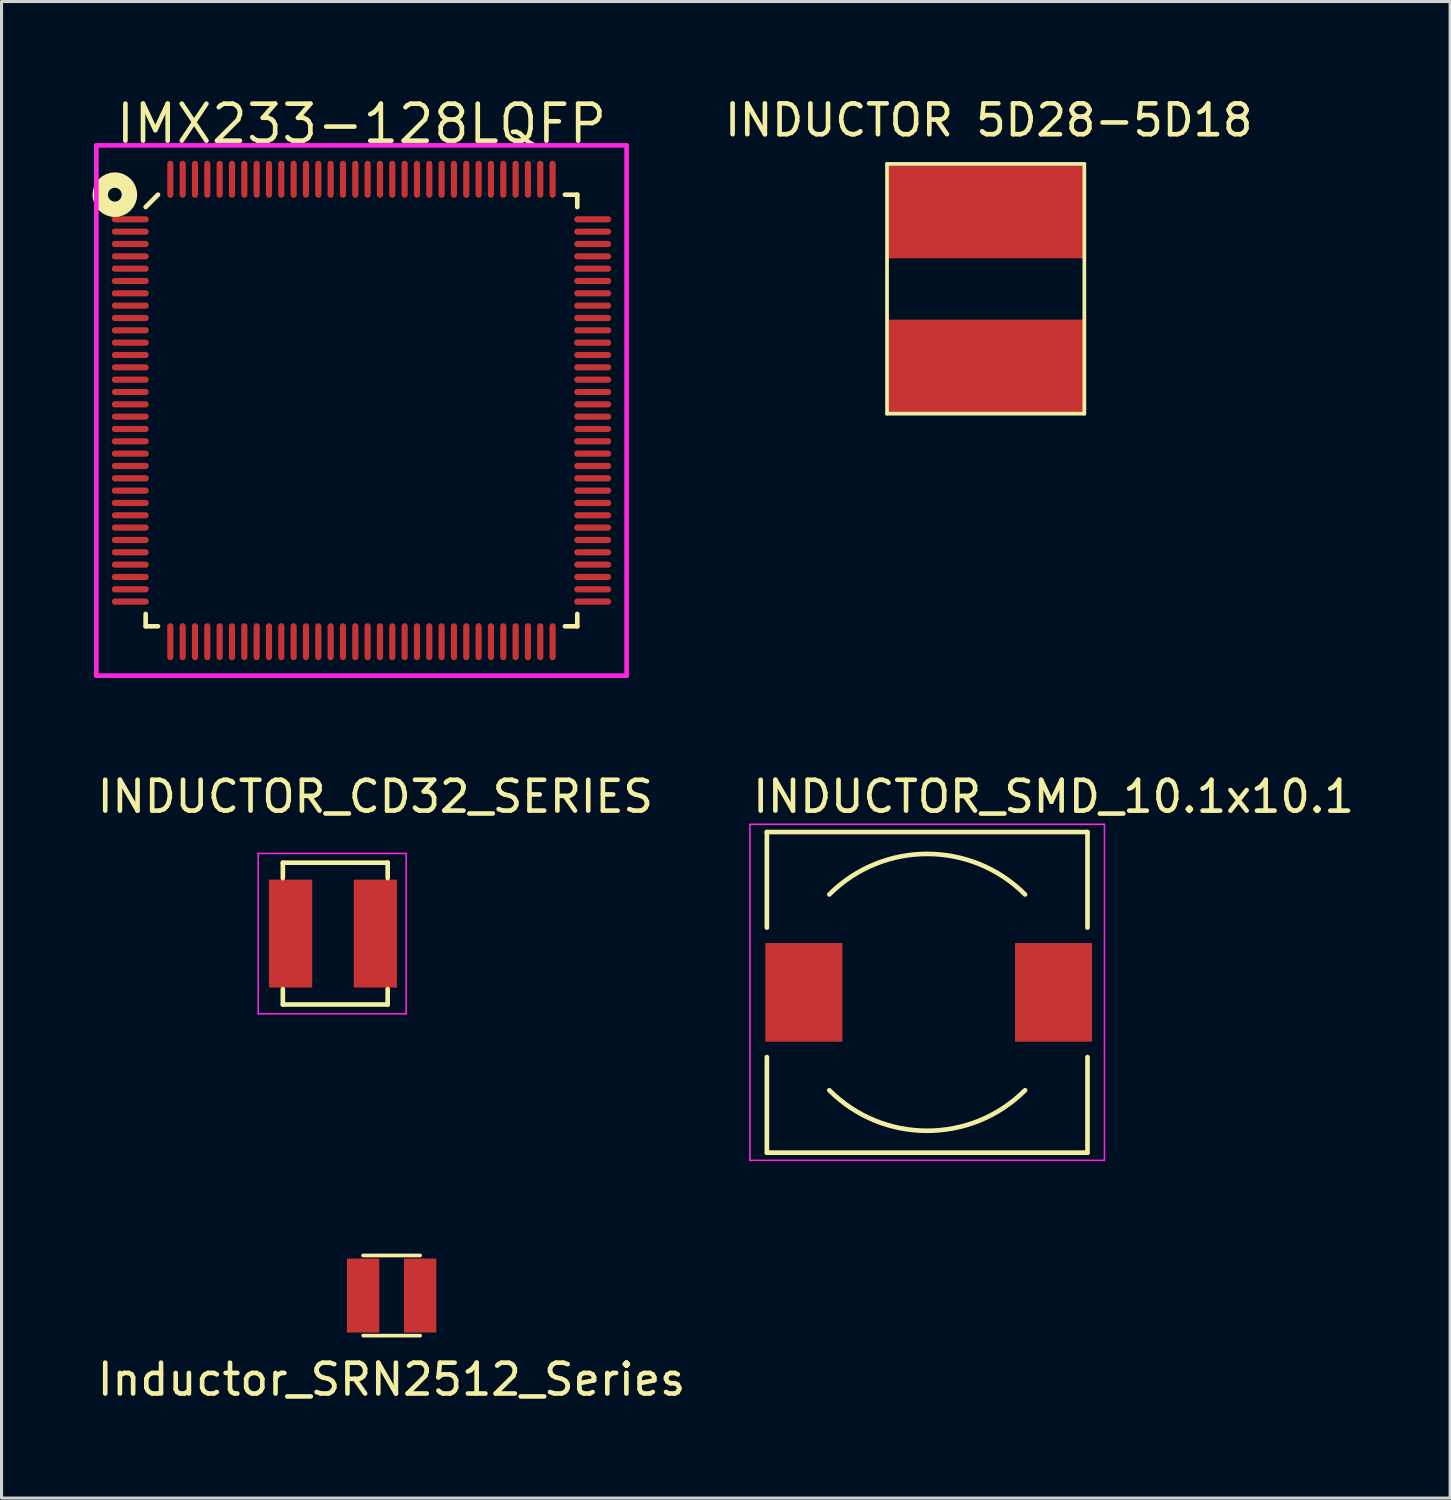
<source format=kicad_pcb>
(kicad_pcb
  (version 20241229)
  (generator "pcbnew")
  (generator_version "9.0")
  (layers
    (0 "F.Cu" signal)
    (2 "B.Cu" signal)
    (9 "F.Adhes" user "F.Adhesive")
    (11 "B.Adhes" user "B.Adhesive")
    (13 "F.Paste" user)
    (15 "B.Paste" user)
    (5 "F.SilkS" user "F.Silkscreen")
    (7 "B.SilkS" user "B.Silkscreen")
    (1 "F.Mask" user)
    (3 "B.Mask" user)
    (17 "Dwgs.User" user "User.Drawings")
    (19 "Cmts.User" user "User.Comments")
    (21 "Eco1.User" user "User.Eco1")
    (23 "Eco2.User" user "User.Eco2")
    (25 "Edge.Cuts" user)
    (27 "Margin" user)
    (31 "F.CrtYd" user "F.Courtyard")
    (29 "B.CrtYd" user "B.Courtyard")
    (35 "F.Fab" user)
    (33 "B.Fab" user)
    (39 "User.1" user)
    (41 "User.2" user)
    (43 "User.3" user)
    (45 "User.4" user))
  (footprint "IMX233-128LQFP"
    (layer "F.Cu")
    (at 8.675 10.265)
    (property "Reference" "IMX233-128LQFP" (at 0 -9.3 0) (layer "F.SilkS") (effects (font (size 1.2 1.2) (thickness 0.15))))
    (attr through_hole)
    (fp_line (start -7 -6.6) (end -6.6 -7) (stroke (width 0.15) (type solid)) (layer "F.SilkS"))
    (fp_line (start -7 7) (end -7 6.6) (stroke (width 0.15) (type solid)) (layer "F.SilkS"))
    (fp_line (start -6.6 7) (end -7 7) (stroke (width 0.15) (type solid)) (layer "F.SilkS"))
    (fp_line (start 6.6 -7) (end 7 -7) (stroke (width 0.15) (type solid)) (layer "F.SilkS"))
    (fp_line (start 6.6 7) (end 7 7) (stroke (width 0.15) (type solid)) (layer "F.SilkS"))
    (fp_line (start 7 -7) (end 7 -6.6) (stroke (width 0.15) (type solid)) (layer "F.SilkS"))
    (fp_line (start 7 7) (end 7 6.6) (stroke (width 0.15) (type solid)) (layer "F.SilkS"))
    (fp_circle (center -8 -7) (end -7.8 -6.9) (stroke (width 0.5) (type solid)) (fill no) (layer "F.SilkS"))
    (fp_line (start -8.6 -8.6) (end 8.6 -8.6) (stroke (width 0.15) (type solid)) (layer "F.CrtYd"))
    (fp_line (start -8.6 8.6) (end -8.6 -8.6) (stroke (width 0.15) (type solid)) (layer "F.CrtYd"))
    (fp_line (start 8.6 -8.6) (end 8.6 8.6) (stroke (width 0.15) (type solid)) (layer "F.CrtYd"))
    (fp_line (start 8.6 8.6) (end -8.6 8.6) (stroke (width 0.15) (type solid)) (layer "F.CrtYd"))
    (pad "1" smd oval (at -7.5 -6.2 90) (size 0.2 1.2) (layers "F.Cu" "F.Mask" "F.Paste"))
    (pad "2" smd oval (at -7.5 -5.8 90) (size 0.2 1.2) (layers "F.Cu" "F.Mask" "F.Paste"))
    (pad "3" smd oval (at -7.5 -5.4 90) (size 0.2 1.2) (layers "F.Cu" "F.Mask" "F.Paste"))
    (pad "4" smd oval (at -7.5 -5 90) (size 0.2 1.2) (layers "F.Cu" "F.Mask" "F.Paste"))
    (pad "5" smd oval (at -7.5 -4.6 90) (size 0.2 1.2) (layers "F.Cu" "F.Mask" "F.Paste"))
    (pad "6" smd oval (at -7.5 -4.2 90) (size 0.2 1.2) (layers "F.Cu" "F.Mask" "F.Paste"))
    (pad "7" smd oval (at -7.5 -3.8 90) (size 0.2 1.2) (layers "F.Cu" "F.Mask" "F.Paste"))
    (pad "8" smd oval (at -7.5 -3.4 90) (size 0.2 1.2) (layers "F.Cu" "F.Mask" "F.Paste"))
    (pad "9" smd oval (at -7.5 -3 90) (size 0.2 1.2) (layers "F.Cu" "F.Mask" "F.Paste"))
    (pad "10" smd oval (at -7.5 -2.6 90) (size 0.2 1.2) (layers "F.Cu" "F.Mask" "F.Paste"))
    (pad "11" smd oval (at -7.5 -2.2 90) (size 0.2 1.2) (layers "F.Cu" "F.Mask" "F.Paste"))
    (pad "12" smd oval (at -7.5 -1.8 90) (size 0.2 1.2) (layers "F.Cu" "F.Mask" "F.Paste"))
    (pad "13" smd oval (at -7.5 -1.4 90) (size 0.2 1.2) (layers "F.Cu" "F.Mask" "F.Paste"))
    (pad "14" smd oval (at -7.5 -1 90) (size 0.2 1.2) (layers "F.Cu" "F.Mask" "F.Paste"))
    (pad "15" smd oval (at -7.5 -0.6 90) (size 0.2 1.2) (layers "F.Cu" "F.Mask" "F.Paste"))
    (pad "16" smd oval (at -7.5 -0.2 90) (size 0.2 1.2) (layers "F.Cu" "F.Mask" "F.Paste"))
    (pad "17" smd oval (at -7.5 0.2 90) (size 0.2 1.2) (layers "F.Cu" "F.Mask" "F.Paste"))
    (pad "18" smd oval (at -7.5 0.6 90) (size 0.2 1.2) (layers "F.Cu" "F.Mask" "F.Paste"))
    (pad "19" smd oval (at -7.5 1 90) (size 0.2 1.2) (layers "F.Cu" "F.Mask" "F.Paste"))
    (pad "20" smd oval (at -7.5 1.4 90) (size 0.2 1.2) (layers "F.Cu" "F.Mask" "F.Paste"))
    (pad "21" smd oval (at -7.5 1.8 90) (size 0.2 1.2) (layers "F.Cu" "F.Mask" "F.Paste"))
    (pad "22" smd oval (at -7.5 2.2 90) (size 0.2 1.2) (layers "F.Cu" "F.Mask" "F.Paste"))
    (pad "23" smd oval (at -7.5 2.6 90) (size 0.2 1.2) (layers "F.Cu" "F.Mask" "F.Paste"))
    (pad "24" smd oval (at -7.5 3 90) (size 0.2 1.2) (layers "F.Cu" "F.Mask" "F.Paste"))
    (pad "25" smd oval (at -7.5 3.4 90) (size 0.2 1.2) (layers "F.Cu" "F.Mask" "F.Paste"))
    (pad "26" smd oval (at -7.5 3.8 90) (size 0.2 1.2) (layers "F.Cu" "F.Mask" "F.Paste"))
    (pad "27" smd oval (at -7.5 4.2 90) (size 0.2 1.2) (layers "F.Cu" "F.Mask" "F.Paste"))
    (pad "28" smd oval (at -7.5 4.6 90) (size 0.2 1.2) (layers "F.Cu" "F.Mask" "F.Paste"))
    (pad "29" smd oval (at -7.5 5 90) (size 0.2 1.2) (layers "F.Cu" "F.Mask" "F.Paste"))
    (pad "30" smd oval (at -7.5 5.4 90) (size 0.2 1.2) (layers "F.Cu" "F.Mask" "F.Paste"))
    (pad "31" smd oval (at -7.5 5.8 90) (size 0.2 1.2) (layers "F.Cu" "F.Mask" "F.Paste"))
    (pad "32" smd oval (at -7.5 6.2 90) (size 0.2 1.2) (layers "F.Cu" "F.Mask" "F.Paste"))
    (pad "33" smd oval (at -6.2 7.5) (size 0.2 1.2) (layers "F.Cu" "F.Mask" "F.Paste"))
    (pad "34" smd oval (at -5.8 7.5) (size 0.2 1.2) (layers "F.Cu" "F.Mask" "F.Paste"))
    (pad "35" smd oval (at -5.4 7.5) (size 0.2 1.2) (layers "F.Cu" "F.Mask" "F.Paste"))
    (pad "36" smd oval (at -5 7.5) (size 0.2 1.2) (layers "F.Cu" "F.Mask" "F.Paste"))
    (pad "37" smd oval (at -4.6 7.5) (size 0.2 1.2) (layers "F.Cu" "F.Mask" "F.Paste"))
    (pad "38" smd oval (at -4.2 7.5) (size 0.2 1.2) (layers "F.Cu" "F.Mask" "F.Paste"))
    (pad "39" smd oval (at -3.8 7.5) (size 0.2 1.2) (layers "F.Cu" "F.Mask" "F.Paste"))
    (pad "40" smd oval (at -3.4 7.5) (size 0.2 1.2) (layers "F.Cu" "F.Mask" "F.Paste"))
    (pad "41" smd oval (at -3 7.5) (size 0.2 1.2) (layers "F.Cu" "F.Mask" "F.Paste"))
    (pad "42" smd oval (at -2.6 7.5) (size 0.2 1.2) (layers "F.Cu" "F.Mask" "F.Paste"))
    (pad "43" smd oval (at -2.2 7.5) (size 0.2 1.2) (layers "F.Cu" "F.Mask" "F.Paste"))
    (pad "44" smd oval (at -1.8 7.5) (size 0.2 1.2) (layers "F.Cu" "F.Mask" "F.Paste"))
    (pad "45" smd oval (at -1.4 7.5) (size 0.2 1.2) (layers "F.Cu" "F.Mask" "F.Paste"))
    (pad "46" smd oval (at -1 7.5) (size 0.2 1.2) (layers "F.Cu" "F.Mask" "F.Paste"))
    (pad "47" smd oval (at -0.6 7.5) (size 0.2 1.2) (layers "F.Cu" "F.Mask" "F.Paste"))
    (pad "48" smd oval (at -0.2 7.5) (size 0.2 1.2) (layers "F.Cu" "F.Mask" "F.Paste"))
    (pad "49" smd oval (at 0.2 7.5) (size 0.2 1.2) (layers "F.Cu" "F.Mask" "F.Paste"))
    (pad "50" smd oval (at 0.6 7.5) (size 0.2 1.2) (layers "F.Cu" "F.Mask" "F.Paste"))
    (pad "51" smd oval (at 1 7.5) (size 0.2 1.2) (layers "F.Cu" "F.Mask" "F.Paste"))
    (pad "52" smd oval (at 1.4 7.5) (size 0.2 1.2) (layers "F.Cu" "F.Mask" "F.Paste"))
    (pad "53" smd oval (at 1.8 7.5) (size 0.2 1.2) (layers "F.Cu" "F.Mask" "F.Paste"))
    (pad "54" smd oval (at 2.2 7.5) (size 0.2 1.2) (layers "F.Cu" "F.Mask" "F.Paste"))
    (pad "55" smd oval (at 2.6 7.5) (size 0.2 1.2) (layers "F.Cu" "F.Mask" "F.Paste"))
    (pad "56" smd oval (at 3 7.5) (size 0.2 1.2) (layers "F.Cu" "F.Mask" "F.Paste"))
    (pad "57" smd oval (at 3.4 7.5) (size 0.2 1.2) (layers "F.Cu" "F.Mask" "F.Paste"))
    (pad "58" smd oval (at 3.8 7.5) (size 0.2 1.2) (layers "F.Cu" "F.Mask" "F.Paste"))
    (pad "59" smd oval (at 4.2 7.5) (size 0.2 1.2) (layers "F.Cu" "F.Mask" "F.Paste"))
    (pad "60" smd oval (at 4.6 7.5) (size 0.2 1.2) (layers "F.Cu" "F.Mask" "F.Paste"))
    (pad "61" smd oval (at 5 7.5) (size 0.2 1.2) (layers "F.Cu" "F.Mask" "F.Paste"))
    (pad "62" smd oval (at 5.4 7.5) (size 0.2 1.2) (layers "F.Cu" "F.Mask" "F.Paste"))
    (pad "63" smd oval (at 5.8 7.5) (size 0.2 1.2) (layers "F.Cu" "F.Mask" "F.Paste"))
    (pad "64" smd oval (at 6.2 7.5) (size 0.2 1.2) (layers "F.Cu" "F.Mask" "F.Paste"))
    (pad "65" smd oval (at 7.5 6.2 90) (size 0.2 1.2) (layers "F.Cu" "F.Mask" "F.Paste"))
    (pad "66" smd oval (at 7.5 5.8 90) (size 0.2 1.2) (layers "F.Cu" "F.Mask" "F.Paste"))
    (pad "67" smd oval (at 7.5 5.4 90) (size 0.2 1.2) (layers "F.Cu" "F.Mask" "F.Paste"))
    (pad "68" smd oval (at 7.5 5 90) (size 0.2 1.2) (layers "F.Cu" "F.Mask" "F.Paste"))
    (pad "69" smd oval (at 7.5 4.6 90) (size 0.2 1.2) (layers "F.Cu" "F.Mask" "F.Paste"))
    (pad "70" smd oval (at 7.5 4.2 90) (size 0.2 1.2) (layers "F.Cu" "F.Mask" "F.Paste"))
    (pad "71" smd oval (at 7.5 3.8 90) (size 0.2 1.2) (layers "F.Cu" "F.Mask" "F.Paste"))
    (pad "72" smd oval (at 7.5 3.4 90) (size 0.2 1.2) (layers "F.Cu" "F.Mask" "F.Paste"))
    (pad "73" smd oval (at 7.5 3 90) (size 0.2 1.2) (layers "F.Cu" "F.Mask" "F.Paste"))
    (pad "74" smd oval (at 7.5 2.6 90) (size 0.2 1.2) (layers "F.Cu" "F.Mask" "F.Paste"))
    (pad "75" smd oval (at 7.5 2.2 90) (size 0.2 1.2) (layers "F.Cu" "F.Mask" "F.Paste"))
    (pad "76" smd oval (at 7.5 1.8 90) (size 0.2 1.2) (layers "F.Cu" "F.Mask" "F.Paste"))
    (pad "77" smd oval (at 7.5 1.4 90) (size 0.2 1.2) (layers "F.Cu" "F.Mask" "F.Paste"))
    (pad "78" smd oval (at 7.5 1 90) (size 0.2 1.2) (layers "F.Cu" "F.Mask" "F.Paste"))
    (pad "79" smd oval (at 7.5 0.6 90) (size 0.2 1.2) (layers "F.Cu" "F.Mask" "F.Paste"))
    (pad "80" smd oval (at 7.5 0.2 90) (size 0.2 1.2) (layers "F.Cu" "F.Mask" "F.Paste"))
    (pad "81" smd oval (at 7.5 -0.2 90) (size 0.2 1.2) (layers "F.Cu" "F.Mask" "F.Paste"))
    (pad "82" smd oval (at 7.5 -0.6 90) (size 0.2 1.2) (layers "F.Cu" "F.Mask" "F.Paste"))
    (pad "83" smd oval (at 7.5 -1 90) (size 0.2 1.2) (layers "F.Cu" "F.Mask" "F.Paste"))
    (pad "84" smd oval (at 7.5 -1.4 90) (size 0.2 1.2) (layers "F.Cu" "F.Mask" "F.Paste"))
    (pad "85" smd oval (at 7.5 -1.8 90) (size 0.2 1.2) (layers "F.Cu" "F.Mask" "F.Paste"))
    (pad "86" smd oval (at 7.5 -2.2 90) (size 0.2 1.2) (layers "F.Cu" "F.Mask" "F.Paste"))
    (pad "87" smd oval (at 7.5 -2.6 90) (size 0.2 1.2) (layers "F.Cu" "F.Mask" "F.Paste"))
    (pad "88" smd oval (at 7.5 -3 90) (size 0.2 1.2) (layers "F.Cu" "F.Mask" "F.Paste"))
    (pad "89" smd oval (at 7.5 -3.4 90) (size 0.2 1.2) (layers "F.Cu" "F.Mask" "F.Paste"))
    (pad "90" smd oval (at 7.5 -3.8 90) (size 0.2 1.2) (layers "F.Cu" "F.Mask" "F.Paste"))
    (pad "91" smd oval (at 7.5 -4.2 90) (size 0.2 1.2) (layers "F.Cu" "F.Mask" "F.Paste"))
    (pad "92" smd oval (at 7.5 -4.6 90) (size 0.2 1.2) (layers "F.Cu" "F.Mask" "F.Paste"))
    (pad "93" smd oval (at 7.5 -5 90) (size 0.2 1.2) (layers "F.Cu" "F.Mask" "F.Paste"))
    (pad "94" smd oval (at 7.5 -5.4 90) (size 0.2 1.2) (layers "F.Cu" "F.Mask" "F.Paste"))
    (pad "95" smd oval (at 7.5 -5.8 90) (size 0.2 1.2) (layers "F.Cu" "F.Mask" "F.Paste"))
    (pad "96" smd oval (at 7.5 -6.2 90) (size 0.2 1.2) (layers "F.Cu" "F.Mask" "F.Paste"))
    (pad "97" smd oval (at 6.2 -7.5) (size 0.2 1.2) (layers "F.Cu" "F.Mask" "F.Paste"))
    (pad "98" smd oval (at 5.8 -7.5) (size 0.2 1.2) (layers "F.Cu" "F.Mask" "F.Paste"))
    (pad "99" smd oval (at 5.4 -7.5) (size 0.2 1.2) (layers "F.Cu" "F.Mask" "F.Paste"))
    (pad "100" smd oval (at 5 -7.5) (size 0.2 1.2) (layers "F.Cu" "F.Mask" "F.Paste"))
    (pad "101" smd oval (at 4.6 -7.5) (size 0.2 1.2) (layers "F.Cu" "F.Mask" "F.Paste"))
    (pad "102" smd oval (at 4.2 -7.5) (size 0.2 1.2) (layers "F.Cu" "F.Mask" "F.Paste"))
    (pad "103" smd oval (at 3.8 -7.5) (size 0.2 1.2) (layers "F.Cu" "F.Mask" "F.Paste"))
    (pad "104" smd oval (at 3.4 -7.5) (size 0.2 1.2) (layers "F.Cu" "F.Mask" "F.Paste"))
    (pad "105" smd oval (at 3 -7.5) (size 0.2 1.2) (layers "F.Cu" "F.Mask" "F.Paste"))
    (pad "106" smd oval (at 2.6 -7.5) (size 0.2 1.2) (layers "F.Cu" "F.Mask" "F.Paste"))
    (pad "107" smd oval (at 2.2 -7.5) (size 0.2 1.2) (layers "F.Cu" "F.Mask" "F.Paste"))
    (pad "108" smd oval (at 1.8 -7.5) (size 0.2 1.2) (layers "F.Cu" "F.Mask" "F.Paste"))
    (pad "109" smd oval (at 1.4 -7.5) (size 0.2 1.2) (layers "F.Cu" "F.Mask" "F.Paste"))
    (pad "110" smd oval (at 1 -7.5) (size 0.2 1.2) (layers "F.Cu" "F.Mask" "F.Paste"))
    (pad "111" smd oval (at 0.6 -7.5) (size 0.2 1.2) (layers "F.Cu" "F.Mask" "F.Paste"))
    (pad "112" smd oval (at 0.2 -7.5) (size 0.2 1.2) (layers "F.Cu" "F.Mask" "F.Paste"))
    (pad "113" smd oval (at -0.2 -7.5) (size 0.2 1.2) (layers "F.Cu" "F.Mask" "F.Paste"))
    (pad "114" smd oval (at -0.6 -7.5) (size 0.2 1.2) (layers "F.Cu" "F.Mask" "F.Paste"))
    (pad "115" smd oval (at -1 -7.5) (size 0.2 1.2) (layers "F.Cu" "F.Mask" "F.Paste"))
    (pad "116" smd oval (at -1.4 -7.5) (size 0.2 1.2) (layers "F.Cu" "F.Mask" "F.Paste"))
    (pad "117" smd oval (at -1.8 -7.5) (size 0.2 1.2) (layers "F.Cu" "F.Mask" "F.Paste"))
    (pad "118" smd oval (at -2.2 -7.5) (size 0.2 1.2) (layers "F.Cu" "F.Mask" "F.Paste"))
    (pad "119" smd oval (at -2.6 -7.5) (size 0.2 1.2) (layers "F.Cu" "F.Mask" "F.Paste"))
    (pad "120" smd oval (at -3 -7.5) (size 0.2 1.2) (layers "F.Cu" "F.Mask" "F.Paste"))
    (pad "121" smd oval (at -3.4 -7.5) (size 0.2 1.2) (layers "F.Cu" "F.Mask" "F.Paste"))
    (pad "122" smd oval (at -3.8 -7.5) (size 0.2 1.2) (layers "F.Cu" "F.Mask" "F.Paste"))
    (pad "123" smd oval (at -4.2 -7.5) (size 0.2 1.2) (layers "F.Cu" "F.Mask" "F.Paste"))
    (pad "124" smd oval (at -4.6 -7.5) (size 0.2 1.2) (layers "F.Cu" "F.Mask" "F.Paste"))
    (pad "125" smd oval (at -5 -7.5) (size 0.2 1.2) (layers "F.Cu" "F.Mask" "F.Paste"))
    (pad "126" smd oval (at -5.4 -7.5) (size 0.2 1.2) (layers "F.Cu" "F.Mask" "F.Paste"))
    (pad "127" smd oval (at -5.8 -7.5) (size 0.2 1.2) (layers "F.Cu" "F.Mask" "F.Paste"))
    (pad "128" smd oval (at -6.2 -7.5) (size 0.2 1.2) (layers "F.Cu" "F.Mask" "F.Paste")))
  (footprint "INDUCTOR 5D28-5D18"
    (layer "F.Cu")
    (at 29.023 5.948)
    (property "Reference" "INDUCTOR 5D28-5D18" (at 0 -5.1 0) (layer "F.SilkS") (effects (font (size 1 1) (thickness 0.15))))
    (attr through_hole)
    (fp_line (start -3.3 -3.68) (end -3.3 4.42) (stroke (width 0.12) (type solid)) (layer "F.SilkS"))
    (fp_line (start -3.3 -3.68) (end 3.1 -3.68) (stroke (width 0.12) (type solid)) (layer "F.SilkS"))
    (fp_line (start 3.1 -3.68) (end 3.1 4.42) (stroke (width 0.12) (type solid)) (layer "F.SilkS"))
    (fp_line (start 3.1 4.42) (end -3.3 4.42) (stroke (width 0.12) (type solid)) (layer "F.SilkS"))
    (pad "1" smd rect (at -0.09 -2.12) (size 6.3 3) (layers "F.Cu" "F.Mask" "F.Paste"))
    (pad "2" smd rect (at -0.09 2.87) (size 6.3 3) (layers "F.Cu" "F.Mask" "F.Paste")))
  (footprint "INDUCTOR_SMD_10.1x10.1"
    (layer "F.Cu")
    (at 27.125 29.139)
    (property "Reference" "INDUCTOR_SMD_10.1x10.1" (at 4 -6.35 0) (layer "F.SilkS") (effects (font (size 1 1) (thickness 0.15))))
    (attr smd)
    (fp_line (start -5.3 -5.2) (end -5.3 -2.1) (stroke (width 0.15) (type solid)) (layer "F.SilkS"))
    (fp_line (start -5.3 -5.2) (end 5.1 -5.2) (stroke (width 0.15) (type solid)) (layer "F.SilkS"))
    (fp_line (start -5.3 5.2) (end -5.3 2.1) (stroke (width 0.15) (type solid)) (layer "F.SilkS"))
    (fp_line (start -5.3 5.2) (end 5.1 5.2) (stroke (width 0.15) (type solid)) (layer "F.SilkS"))
    (fp_line (start 5.1 -5.2) (end 5.1 -2.1) (stroke (width 0.15) (type solid)) (layer "F.SilkS"))
    (fp_line (start 5.1 5.2) (end 5.1 2.1) (stroke (width 0.15) (type solid)) (layer "F.SilkS"))
    (fp_arc (start -3.275 -3.175) (mid -0.1 -4.490128) (end 3.075 -3.175) (stroke (width 0.15) (type solid)) (layer "F.SilkS"))
    (fp_arc (start 3.075 3.175) (mid -0.1 4.490128) (end -3.275 3.175) (stroke (width 0.15) (type solid)) (layer "F.SilkS"))
    (fp_line (start -5.85 -5.45) (end -5.85 5.45) (stroke (width 0.05) (type solid)) (layer "F.CrtYd"))
    (fp_line (start -5.85 5.45) (end 5.65 5.45) (stroke (width 0.05) (type solid)) (layer "F.CrtYd"))
    (fp_line (start 5.65 -5.45) (end -5.85 -5.45) (stroke (width 0.05) (type solid)) (layer "F.CrtYd"))
    (fp_line (start 5.65 5.45) (end 5.65 -5.45) (stroke (width 0.05) (type solid)) (layer "F.CrtYd"))
    (pad "1" smd rect (at -4.1 0) (size 2.5 3.2) (layers "F.Cu" "F.Mask" "F.Paste"))
    (pad "2" smd rect (at 4 0) (size 2.5 3.2) (layers "F.Cu" "F.Mask" "F.Paste")))
  (footprint "Inductor_SRN2512_Series"
    (layer "F.Cu")
    (at 9.634 39.021)
    (property "Reference" "Inductor_SRN2512_Series" (at 0.015 2.675 0) (layer "F.SilkS") (effects (font (size 1 1) (thickness 0.15))))
    (attr through_hole)
    (fp_line (start -0.905 -1.347) (end 0.945 -1.347) (stroke (width 0.12) (type solid)) (layer "F.SilkS"))
    (fp_line (start -0.905 1.253) (end 0.945 1.253) (stroke (width 0.12) (type solid)) (layer "F.SilkS"))
    (pad "1" smd rect (at -0.905 -0.047) (size 1.05 2.4) (layers "F.Cu" "F.Mask" "F.Paste"))
    (pad "2" smd rect (at 0.945 -0.047) (size 1.05 2.4) (layers "F.Cu" "F.Mask" "F.Paste")))
  (footprint "INDUCTOR_CD32_SERIES"
    (layer "F.Cu")
    (at 9.125 27.233)
    (property "Reference" "INDUCTOR_CD32_SERIES" (at 0 -4.445 0) (layer "F.SilkS") (effects (font (size 1 1) (thickness 0.15))))
    (attr smd)
    (fp_line (start -3 -2.3) (end -3 -1.8) (stroke (width 0.15) (type solid)) (layer "F.SilkS"))
    (fp_line (start -3 -2.3) (end 0.4 -2.3) (stroke (width 0.15) (type solid)) (layer "F.SilkS"))
    (fp_line (start -3 1.8) (end -3 2.3) (stroke (width 0.15) (type solid)) (layer "F.SilkS"))
    (fp_line (start -3 2.3) (end 0.4 2.3) (stroke (width 0.15) (type solid)) (layer "F.SilkS"))
    (fp_line (start 0.4 -2.3) (end 0.4 -1.8) (stroke (width 0.15) (type solid)) (layer "F.SilkS"))
    (fp_line (start 0.4 1.8) (end 0.4 2.3) (stroke (width 0.15) (type solid)) (layer "F.SilkS"))
    (fp_line (start -3.8 -2.6) (end -3.8 2.6) (stroke (width 0.05) (type solid)) (layer "F.CrtYd"))
    (fp_line (start -3.8 2.6) (end 1 2.6) (stroke (width 0.05) (type solid)) (layer "F.CrtYd"))
    (fp_line (start 1 -2.6) (end -3.8 -2.6) (stroke (width 0.05) (type solid)) (layer "F.CrtYd"))
    (fp_line (start 1 2.6) (end 1 -2.6) (stroke (width 0.05) (type solid)) (layer "F.CrtYd"))
    (pad "1" smd rect (at -2.75 0) (size 1.4 3.5) (layers "F.Cu" "F.Mask" "F.Paste"))
    (pad "2" smd rect (at 0 0) (size 1.4 3.5) (layers "F.Cu" "F.Mask" "F.Paste")))
  (gr_rect
    (start -3 -3)
    (end 43.988 45.543)
    (stroke (width 0.1) (type default))
    (fill no)
    (layer "Edge.Cuts")))
</source>
